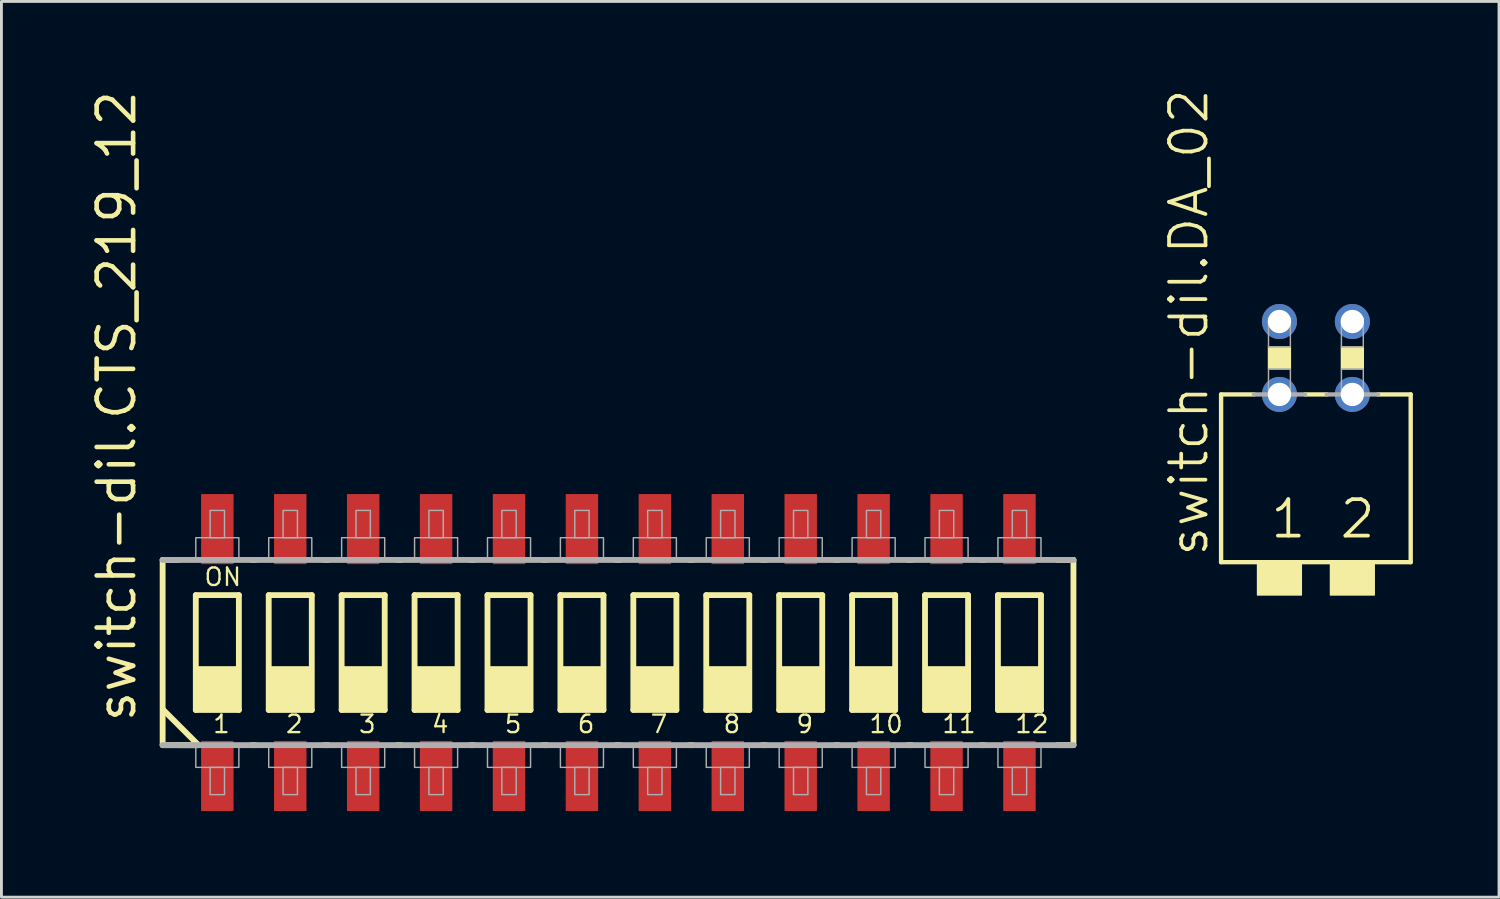
<source format=kicad_pcb>
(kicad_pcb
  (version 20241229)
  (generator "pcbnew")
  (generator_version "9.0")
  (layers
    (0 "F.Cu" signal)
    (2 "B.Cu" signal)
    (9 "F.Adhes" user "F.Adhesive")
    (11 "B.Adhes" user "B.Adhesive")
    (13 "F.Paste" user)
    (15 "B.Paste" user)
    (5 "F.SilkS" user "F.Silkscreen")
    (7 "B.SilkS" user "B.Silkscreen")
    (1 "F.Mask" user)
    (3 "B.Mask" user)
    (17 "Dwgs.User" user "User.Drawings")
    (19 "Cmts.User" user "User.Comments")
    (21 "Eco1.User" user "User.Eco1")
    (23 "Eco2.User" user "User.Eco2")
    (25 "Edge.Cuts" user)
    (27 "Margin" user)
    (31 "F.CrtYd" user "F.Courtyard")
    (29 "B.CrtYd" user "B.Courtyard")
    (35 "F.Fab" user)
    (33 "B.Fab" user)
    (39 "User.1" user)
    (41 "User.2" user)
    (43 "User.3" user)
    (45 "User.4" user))
  (footprint "switch-dil.CTS_219_12"
    (layer "F.Cu")
    (at 18.49 19.679)
    (property "Reference" "switch-dil.CTS_219_12" (at -16.74 2.5 90) (layer "F.SilkS") (effects (font (size 1.27 1.27) (thickness 0.16)) (justify left bottom)))
    (attr smd)
    (fp_line (start -15.875 -3.225) (end -15.32 -3.225) (stroke (width 0.203) (type default)) (layer "F.SilkS"))
    (fp_line (start -15.875 3.225) (end -15.875 -3.225) (stroke (width 0.203) (type default)) (layer "F.SilkS"))
    (fp_line (start -15.85 2) (end -14.625 3.225) (stroke (width 0.203) (type default)) (layer "F.SilkS"))
    (fp_line (start -15.32 3.225) (end -14.625 3.225) (stroke (width 0.203) (type default)) (layer "F.SilkS"))
    (fp_line (start -14.72 -2) (end -13.22 -2) (stroke (width 0.203) (type default)) (layer "F.SilkS"))
    (fp_line (start -14.72 2) (end -14.72 -2) (stroke (width 0.203) (type default)) (layer "F.SilkS"))
    (fp_line (start -14.625 3.225) (end -15.875 3.225) (stroke (width 0.203) (type default)) (layer "F.SilkS"))
    (fp_line (start -13.22 -2) (end -13.22 2) (stroke (width 0.203) (type default)) (layer "F.SilkS"))
    (fp_line (start -13.22 2) (end -14.72 2) (stroke (width 0.203) (type default)) (layer "F.SilkS"))
    (fp_line (start -12.78 3.225) (end -12.645 3.225) (stroke (width 0.203) (type default)) (layer "F.SilkS"))
    (fp_line (start -12.645 -3.225) (end -12.78 -3.225) (stroke (width 0.203) (type default)) (layer "F.SilkS"))
    (fp_line (start -12.18 -2) (end -10.68 -2) (stroke (width 0.203) (type default)) (layer "F.SilkS"))
    (fp_line (start -12.18 2) (end -12.18 -2) (stroke (width 0.203) (type default)) (layer "F.SilkS"))
    (fp_line (start -10.68 -2) (end -10.68 2) (stroke (width 0.203) (type default)) (layer "F.SilkS"))
    (fp_line (start -10.68 2) (end -12.18 2) (stroke (width 0.203) (type default)) (layer "F.SilkS"))
    (fp_line (start -10.24 3.225) (end -10.105 3.225) (stroke (width 0.203) (type default)) (layer "F.SilkS"))
    (fp_line (start -10.105 -3.225) (end -10.24 -3.225) (stroke (width 0.203) (type default)) (layer "F.SilkS"))
    (fp_line (start -9.64 -2) (end -8.14 -2) (stroke (width 0.203) (type default)) (layer "F.SilkS"))
    (fp_line (start -9.64 2) (end -9.64 -2) (stroke (width 0.203) (type default)) (layer "F.SilkS"))
    (fp_line (start -8.14 -2) (end -8.14 2) (stroke (width 0.203) (type default)) (layer "F.SilkS"))
    (fp_line (start -8.14 2) (end -9.64 2) (stroke (width 0.203) (type default)) (layer "F.SilkS"))
    (fp_line (start -7.7 3.225) (end -7.565 3.225) (stroke (width 0.203) (type default)) (layer "F.SilkS"))
    (fp_line (start -7.565 -3.225) (end -7.7 -3.225) (stroke (width 0.203) (type default)) (layer "F.SilkS"))
    (fp_line (start -7.1 -2) (end -5.6 -2) (stroke (width 0.203) (type default)) (layer "F.SilkS"))
    (fp_line (start -7.1 2) (end -7.1 -2) (stroke (width 0.203) (type default)) (layer "F.SilkS"))
    (fp_line (start -5.6 -2) (end -5.6 2) (stroke (width 0.203) (type default)) (layer "F.SilkS"))
    (fp_line (start -5.6 2) (end -7.1 2) (stroke (width 0.203) (type default)) (layer "F.SilkS"))
    (fp_line (start -5.16 3.225) (end -5.025 3.225) (stroke (width 0.203) (type default)) (layer "F.SilkS"))
    (fp_line (start -5.025 -3.225) (end -5.16 -3.225) (stroke (width 0.203) (type default)) (layer "F.SilkS"))
    (fp_line (start -4.56 -2) (end -3.06 -2) (stroke (width 0.203) (type default)) (layer "F.SilkS"))
    (fp_line (start -4.56 2) (end -4.56 -2) (stroke (width 0.203) (type default)) (layer "F.SilkS"))
    (fp_line (start -3.06 -2) (end -3.06 2) (stroke (width 0.203) (type default)) (layer "F.SilkS"))
    (fp_line (start -3.06 2) (end -4.56 2) (stroke (width 0.203) (type default)) (layer "F.SilkS"))
    (fp_line (start -2.62 3.225) (end -2.485 3.225) (stroke (width 0.203) (type default)) (layer "F.SilkS"))
    (fp_line (start -2.485 -3.225) (end -2.62 -3.225) (stroke (width 0.203) (type default)) (layer "F.SilkS"))
    (fp_line (start -2.02 -2) (end -0.52 -2) (stroke (width 0.203) (type default)) (layer "F.SilkS"))
    (fp_line (start -2.02 2) (end -2.02 -2) (stroke (width 0.203) (type default)) (layer "F.SilkS"))
    (fp_line (start -0.52 -2) (end -0.52 2) (stroke (width 0.203) (type default)) (layer "F.SilkS"))
    (fp_line (start -0.52 2) (end -2.02 2) (stroke (width 0.203) (type default)) (layer "F.SilkS"))
    (fp_line (start -0.08 3.225) (end 0.055 3.225) (stroke (width 0.203) (type default)) (layer "F.SilkS"))
    (fp_line (start 0.055 -3.225) (end -0.08 -3.225) (stroke (width 0.203) (type default)) (layer "F.SilkS"))
    (fp_line (start 0.52 -2) (end 2.02 -2) (stroke (width 0.203) (type default)) (layer "F.SilkS"))
    (fp_line (start 0.52 2) (end 0.52 -2) (stroke (width 0.203) (type default)) (layer "F.SilkS"))
    (fp_line (start 2.02 -2) (end 2.02 2) (stroke (width 0.203) (type default)) (layer "F.SilkS"))
    (fp_line (start 2.02 2) (end 0.52 2) (stroke (width 0.203) (type default)) (layer "F.SilkS"))
    (fp_line (start 2.46 3.225) (end 2.595 3.225) (stroke (width 0.203) (type default)) (layer "F.SilkS"))
    (fp_line (start 2.595 -3.225) (end 2.46 -3.225) (stroke (width 0.203) (type default)) (layer "F.SilkS"))
    (fp_line (start 3.06 -2) (end 4.56 -2) (stroke (width 0.203) (type default)) (layer "F.SilkS"))
    (fp_line (start 3.06 2) (end 3.06 -2) (stroke (width 0.203) (type default)) (layer "F.SilkS"))
    (fp_line (start 4.56 -2) (end 4.56 2) (stroke (width 0.203) (type default)) (layer "F.SilkS"))
    (fp_line (start 4.56 2) (end 3.06 2) (stroke (width 0.203) (type default)) (layer "F.SilkS"))
    (fp_line (start 5 3.225) (end 5.135 3.225) (stroke (width 0.203) (type default)) (layer "F.SilkS"))
    (fp_line (start 5.135 -3.225) (end 5 -3.225) (stroke (width 0.203) (type default)) (layer "F.SilkS"))
    (fp_line (start 5.6 -2) (end 7.1 -2) (stroke (width 0.203) (type default)) (layer "F.SilkS"))
    (fp_line (start 5.6 2) (end 5.6 -2) (stroke (width 0.203) (type default)) (layer "F.SilkS"))
    (fp_line (start 7.1 -2) (end 7.1 2) (stroke (width 0.203) (type default)) (layer "F.SilkS"))
    (fp_line (start 7.1 2) (end 5.6 2) (stroke (width 0.203) (type default)) (layer "F.SilkS"))
    (fp_line (start 7.54 3.225) (end 7.675 3.225) (stroke (width 0.203) (type default)) (layer "F.SilkS"))
    (fp_line (start 7.675 -3.225) (end 7.54 -3.225) (stroke (width 0.203) (type default)) (layer "F.SilkS"))
    (fp_line (start 8.14 -2) (end 9.64 -2) (stroke (width 0.203) (type default)) (layer "F.SilkS"))
    (fp_line (start 8.14 2) (end 8.14 -2) (stroke (width 0.203) (type default)) (layer "F.SilkS"))
    (fp_line (start 9.64 -2) (end 9.64 2) (stroke (width 0.203) (type default)) (layer "F.SilkS"))
    (fp_line (start 9.64 2) (end 8.14 2) (stroke (width 0.203) (type default)) (layer "F.SilkS"))
    (fp_line (start 10.08 3.225) (end 10.215 3.225) (stroke (width 0.203) (type default)) (layer "F.SilkS"))
    (fp_line (start 10.215 -3.225) (end 10.08 -3.225) (stroke (width 0.203) (type default)) (layer "F.SilkS"))
    (fp_line (start 10.68 -2) (end 12.18 -2) (stroke (width 0.203) (type default)) (layer "F.SilkS"))
    (fp_line (start 10.68 2) (end 10.68 -2) (stroke (width 0.203) (type default)) (layer "F.SilkS"))
    (fp_line (start 12.18 -2) (end 12.18 2) (stroke (width 0.203) (type default)) (layer "F.SilkS"))
    (fp_line (start 12.18 2) (end 10.68 2) (stroke (width 0.203) (type default)) (layer "F.SilkS"))
    (fp_line (start 12.62 3.225) (end 12.755 3.225) (stroke (width 0.203) (type default)) (layer "F.SilkS"))
    (fp_line (start 12.755 -3.225) (end 12.62 -3.225) (stroke (width 0.203) (type default)) (layer "F.SilkS"))
    (fp_line (start 13.22 -2) (end 14.72 -2) (stroke (width 0.203) (type default)) (layer "F.SilkS"))
    (fp_line (start 13.22 2) (end 13.22 -2) (stroke (width 0.203) (type default)) (layer "F.SilkS"))
    (fp_line (start 14.72 -2) (end 14.72 2) (stroke (width 0.203) (type default)) (layer "F.SilkS"))
    (fp_line (start 14.72 2) (end 13.22 2) (stroke (width 0.203) (type default)) (layer "F.SilkS"))
    (fp_line (start 15.295 -3.225) (end 15.85 -3.225) (stroke (width 0.203) (type default)) (layer "F.SilkS"))
    (fp_line (start 15.85 -3.225) (end 15.85 3.225) (stroke (width 0.203) (type default)) (layer "F.SilkS"))
    (fp_line (start 15.85 3.225) (end 15.295 3.225) (stroke (width 0.203) (type default)) (layer "F.SilkS"))
    (fp_rect (start -14.72 2) (end -13.22 0.5) (stroke (width 0.05) (type default)) (fill yes) (layer "F.SilkS"))
    (fp_rect (start -12.18 2) (end -10.68 0.5) (stroke (width 0.05) (type default)) (fill yes) (layer "F.SilkS"))
    (fp_rect (start -9.64 2) (end -8.14 0.5) (stroke (width 0.05) (type default)) (fill yes) (layer "F.SilkS"))
    (fp_rect (start -7.1 2) (end -5.6 0.5) (stroke (width 0.05) (type default)) (fill yes) (layer "F.SilkS"))
    (fp_rect (start -4.56 2) (end -3.06 0.5) (stroke (width 0.05) (type default)) (fill yes) (layer "F.SilkS"))
    (fp_rect (start -2.02 2) (end -0.52 0.5) (stroke (width 0.05) (type default)) (fill yes) (layer "F.SilkS"))
    (fp_rect (start 0.52 2) (end 2.02 0.5) (stroke (width 0.05) (type default)) (fill yes) (layer "F.SilkS"))
    (fp_rect (start 3.06 2) (end 4.56 0.5) (stroke (width 0.05) (type default)) (fill yes) (layer "F.SilkS"))
    (fp_rect (start 5.6 2) (end 7.1 0.5) (stroke (width 0.05) (type default)) (fill yes) (layer "F.SilkS"))
    (fp_rect (start 8.14 2) (end 9.64 0.5) (stroke (width 0.05) (type default)) (fill yes) (layer "F.SilkS"))
    (fp_rect (start 10.68 2) (end 12.18 0.5) (stroke (width 0.05) (type default)) (fill yes) (layer "F.SilkS"))
    (fp_rect (start 13.22 2) (end 14.72 0.5) (stroke (width 0.05) (type default)) (fill yes) (layer "F.SilkS"))
    (fp_line (start -15.875 -3.225) (end 15.85 -3.225) (stroke (width 0.203) (type default)) (layer "F.Fab"))
    (fp_line (start 15.85 3.225) (end -15.875 3.225) (stroke (width 0.203) (type default)) (layer "F.Fab"))
    (fp_rect (start -14.72 -3.25) (end -13.22 -4) (stroke (width 0.05) (type default)) (fill no) (layer "F.Fab"))
    (fp_rect (start -14.72 4) (end -13.22 3.25) (stroke (width 0.05) (type default)) (fill no) (layer "F.Fab"))
    (fp_rect (start -14.22 -4) (end -13.72 -4.95) (stroke (width 0.05) (type default)) (fill no) (layer "F.Fab"))
    (fp_rect (start -14.22 4.95) (end -13.72 4) (stroke (width 0.05) (type default)) (fill no) (layer "F.Fab"))
    (fp_rect (start -12.18 -3.25) (end -10.68 -4) (stroke (width 0.05) (type default)) (fill no) (layer "F.Fab"))
    (fp_rect (start -12.18 4) (end -10.68 3.25) (stroke (width 0.05) (type default)) (fill no) (layer "F.Fab"))
    (fp_rect (start -11.68 -4) (end -11.18 -4.95) (stroke (width 0.05) (type default)) (fill no) (layer "F.Fab"))
    (fp_rect (start -11.68 4.95) (end -11.18 4) (stroke (width 0.05) (type default)) (fill no) (layer "F.Fab"))
    (fp_rect (start -9.64 -3.25) (end -8.14 -4) (stroke (width 0.05) (type default)) (fill no) (layer "F.Fab"))
    (fp_rect (start -9.64 4) (end -8.14 3.25) (stroke (width 0.05) (type default)) (fill no) (layer "F.Fab"))
    (fp_rect (start -9.14 -4) (end -8.64 -4.95) (stroke (width 0.05) (type default)) (fill no) (layer "F.Fab"))
    (fp_rect (start -9.14 4.95) (end -8.64 4) (stroke (width 0.05) (type default)) (fill no) (layer "F.Fab"))
    (fp_rect (start -7.1 -3.25) (end -5.6 -4) (stroke (width 0.05) (type default)) (fill no) (layer "F.Fab"))
    (fp_rect (start -7.1 4) (end -5.6 3.25) (stroke (width 0.05) (type default)) (fill no) (layer "F.Fab"))
    (fp_rect (start -6.6 -4) (end -6.1 -4.95) (stroke (width 0.05) (type default)) (fill no) (layer "F.Fab"))
    (fp_rect (start -6.6 4.95) (end -6.1 4) (stroke (width 0.05) (type default)) (fill no) (layer "F.Fab"))
    (fp_rect (start -4.56 -3.25) (end -3.06 -4) (stroke (width 0.05) (type default)) (fill no) (layer "F.Fab"))
    (fp_rect (start -4.56 4) (end -3.06 3.25) (stroke (width 0.05) (type default)) (fill no) (layer "F.Fab"))
    (fp_rect (start -4.06 -4) (end -3.56 -4.95) (stroke (width 0.05) (type default)) (fill no) (layer "F.Fab"))
    (fp_rect (start -4.06 4.95) (end -3.56 4) (stroke (width 0.05) (type default)) (fill no) (layer "F.Fab"))
    (fp_rect (start -2.02 -3.25) (end -0.52 -4) (stroke (width 0.05) (type default)) (fill no) (layer "F.Fab"))
    (fp_rect (start -2.02 4) (end -0.52 3.25) (stroke (width 0.05) (type default)) (fill no) (layer "F.Fab"))
    (fp_rect (start -1.52 -4) (end -1.02 -4.95) (stroke (width 0.05) (type default)) (fill no) (layer "F.Fab"))
    (fp_rect (start -1.52 4.95) (end -1.02 4) (stroke (width 0.05) (type default)) (fill no) (layer "F.Fab"))
    (fp_rect (start 0.52 -3.25) (end 2.02 -4) (stroke (width 0.05) (type default)) (fill no) (layer "F.Fab"))
    (fp_rect (start 0.52 4) (end 2.02 3.25) (stroke (width 0.05) (type default)) (fill no) (layer "F.Fab"))
    (fp_rect (start 1.02 -4) (end 1.52 -4.95) (stroke (width 0.05) (type default)) (fill no) (layer "F.Fab"))
    (fp_rect (start 1.02 4.95) (end 1.52 4) (stroke (width 0.05) (type default)) (fill no) (layer "F.Fab"))
    (fp_rect (start 3.06 -3.25) (end 4.56 -4) (stroke (width 0.05) (type default)) (fill no) (layer "F.Fab"))
    (fp_rect (start 3.06 4) (end 4.56 3.25) (stroke (width 0.05) (type default)) (fill no) (layer "F.Fab"))
    (fp_rect (start 3.56 -4) (end 4.06 -4.95) (stroke (width 0.05) (type default)) (fill no) (layer "F.Fab"))
    (fp_rect (start 3.56 4.95) (end 4.06 4) (stroke (width 0.05) (type default)) (fill no) (layer "F.Fab"))
    (fp_rect (start 5.6 -3.25) (end 7.1 -4) (stroke (width 0.05) (type default)) (fill no) (layer "F.Fab"))
    (fp_rect (start 5.6 4) (end 7.1 3.25) (stroke (width 0.05) (type default)) (fill no) (layer "F.Fab"))
    (fp_rect (start 6.1 -4) (end 6.6 -4.95) (stroke (width 0.05) (type default)) (fill no) (layer "F.Fab"))
    (fp_rect (start 6.1 4.95) (end 6.6 4) (stroke (width 0.05) (type default)) (fill no) (layer "F.Fab"))
    (fp_rect (start 8.14 -3.25) (end 9.64 -4) (stroke (width 0.05) (type default)) (fill no) (layer "F.Fab"))
    (fp_rect (start 8.14 4) (end 9.64 3.25) (stroke (width 0.05) (type default)) (fill no) (layer "F.Fab"))
    (fp_rect (start 8.64 -4) (end 9.14 -4.95) (stroke (width 0.05) (type default)) (fill no) (layer "F.Fab"))
    (fp_rect (start 8.64 4.95) (end 9.14 4) (stroke (width 0.05) (type default)) (fill no) (layer "F.Fab"))
    (fp_rect (start 10.68 -3.25) (end 12.18 -4) (stroke (width 0.05) (type default)) (fill no) (layer "F.Fab"))
    (fp_rect (start 10.68 4) (end 12.18 3.25) (stroke (width 0.05) (type default)) (fill no) (layer "F.Fab"))
    (fp_rect (start 11.18 -4) (end 11.68 -4.95) (stroke (width 0.05) (type default)) (fill no) (layer "F.Fab"))
    (fp_rect (start 11.18 4.95) (end 11.68 4) (stroke (width 0.05) (type default)) (fill no) (layer "F.Fab"))
    (fp_rect (start 13.22 -3.25) (end 14.72 -4) (stroke (width 0.05) (type default)) (fill no) (layer "F.Fab"))
    (fp_rect (start 13.22 4) (end 14.72 3.25) (stroke (width 0.05) (type default)) (fill no) (layer "F.Fab"))
    (fp_rect (start 13.72 -4) (end 14.22 -4.95) (stroke (width 0.05) (type default)) (fill no) (layer "F.Fab"))
    (fp_rect (start 13.72 4.95) (end 14.22 4) (stroke (width 0.05) (type default)) (fill no) (layer "F.Fab"))
    (fp_text user "9" (at 6.15 2.85 0) (layer "F.SilkS") (effects (font (size 0.61 0.61) (thickness 0.08)) (justify left bottom)))
    (fp_text user "12" (at 13.77 2.85 0) (layer "F.SilkS") (effects (font (size 0.61 0.61) (thickness 0.08)) (justify left bottom)))
    (fp_text user "2" (at -11.63 2.85 0) (layer "F.SilkS") (effects (font (size 0.61 0.61) (thickness 0.08)) (justify left bottom)))
    (fp_text user "11" (at 11.23 2.85 0) (layer "F.SilkS") (effects (font (size 0.61 0.61) (thickness 0.08)) (justify left bottom)))
    (fp_text user "3" (at -9.09 2.85 0) (layer "F.SilkS") (effects (font (size 0.61 0.61) (thickness 0.08)) (justify left bottom)))
    (fp_text user "4" (at -6.55 2.85 0) (layer "F.SilkS") (effects (font (size 0.61 0.61) (thickness 0.08)) (justify left bottom)))
    (fp_text user "7" (at 1.07 2.85 0) (layer "F.SilkS") (effects (font (size 0.61 0.61) (thickness 0.08)) (justify left bottom)))
    (fp_text user "8" (at 3.61 2.85 0) (layer "F.SilkS") (effects (font (size 0.61 0.61) (thickness 0.08)) (justify left bottom)))
    (fp_text user "10" (at 8.69 2.85 0) (layer "F.SilkS") (effects (font (size 0.61 0.61) (thickness 0.08)) (justify left bottom)))
    (fp_text user "1" (at -14.17 2.85 0) (layer "F.SilkS") (effects (font (size 0.61 0.61) (thickness 0.08)) (justify left bottom)))
    (fp_text user "6" (at -1.47 2.85 0) (layer "F.SilkS") (effects (font (size 0.61 0.61) (thickness 0.08)) (justify left bottom)))
    (fp_text user "5" (at -4.01 2.85 0) (layer "F.SilkS") (effects (font (size 0.61 0.61) (thickness 0.08)) (justify left bottom)))
    (fp_text user "ON" (at -14.47 -2.275 0) (layer "F.SilkS") (effects (font (size 0.61 0.61) (thickness 0.08)) (justify left bottom)))
    (pad "1" smd roundrect (at -13.97 4.3) (size 1.13 2.44) (layers "F.Cu" "F.Mask" "F.Paste") (roundrect_rratio 0.01))
    (pad "2" smd roundrect (at -11.43 4.3) (size 1.13 2.44) (layers "F.Cu" "F.Mask" "F.Paste") (roundrect_rratio 0.01))
    (pad "3" smd roundrect (at -8.89 4.3) (size 1.13 2.44) (layers "F.Cu" "F.Mask" "F.Paste") (roundrect_rratio 0.01))
    (pad "4" smd roundrect (at -6.35 4.3) (size 1.13 2.44) (layers "F.Cu" "F.Mask" "F.Paste") (roundrect_rratio 0.01))
    (pad "5" smd roundrect (at -3.81 4.3) (size 1.13 2.44) (layers "F.Cu" "F.Mask" "F.Paste") (roundrect_rratio 0.01))
    (pad "6" smd roundrect (at -1.27 4.3) (size 1.13 2.44) (layers "F.Cu" "F.Mask" "F.Paste") (roundrect_rratio 0.01))
    (pad "7" smd roundrect (at 1.27 4.3) (size 1.13 2.44) (layers "F.Cu" "F.Mask" "F.Paste") (roundrect_rratio 0.01))
    (pad "8" smd roundrect (at 3.81 4.3) (size 1.13 2.44) (layers "F.Cu" "F.Mask" "F.Paste") (roundrect_rratio 0.01))
    (pad "9" smd roundrect (at 6.35 4.3) (size 1.13 2.44) (layers "F.Cu" "F.Mask" "F.Paste") (roundrect_rratio 0.01))
    (pad "10" smd roundrect (at 8.89 4.3) (size 1.13 2.44) (layers "F.Cu" "F.Mask" "F.Paste") (roundrect_rratio 0.01))
    (pad "11" smd roundrect (at 11.43 4.3) (size 1.13 2.44) (layers "F.Cu" "F.Mask" "F.Paste") (roundrect_rratio 0.01))
    (pad "12" smd roundrect (at 13.97 4.3) (size 1.13 2.44) (layers "F.Cu" "F.Mask" "F.Paste") (roundrect_rratio 0.01))
    (pad "13" smd roundrect (at 13.97 -4.3 180) (size 1.13 2.44) (layers "F.Cu" "F.Mask" "F.Paste") (roundrect_rratio 0.01))
    (pad "14" smd roundrect (at 11.43 -4.3 180) (size 1.13 2.44) (layers "F.Cu" "F.Mask" "F.Paste") (roundrect_rratio 0.01))
    (pad "15" smd roundrect (at 8.89 -4.3 180) (size 1.13 2.44) (layers "F.Cu" "F.Mask" "F.Paste") (roundrect_rratio 0.01))
    (pad "16" smd roundrect (at 6.35 -4.3 180) (size 1.13 2.44) (layers "F.Cu" "F.Mask" "F.Paste") (roundrect_rratio 0.01))
    (pad "17" smd roundrect (at 3.81 -4.3 180) (size 1.13 2.44) (layers "F.Cu" "F.Mask" "F.Paste") (roundrect_rratio 0.01))
    (pad "18" smd roundrect (at 1.27 -4.3 180) (size 1.13 2.44) (layers "F.Cu" "F.Mask" "F.Paste") (roundrect_rratio 0.01))
    (pad "19" smd roundrect (at -1.27 -4.3 180) (size 1.13 2.44) (layers "F.Cu" "F.Mask" "F.Paste") (roundrect_rratio 0.01))
    (pad "20" smd roundrect (at -3.81 -4.3 180) (size 1.13 2.44) (layers "F.Cu" "F.Mask" "F.Paste") (roundrect_rratio 0.01))
    (pad "21" smd roundrect (at -6.35 -4.3 180) (size 1.13 2.44) (layers "F.Cu" "F.Mask" "F.Paste") (roundrect_rratio 0.01))
    (pad "22" smd roundrect (at -8.89 -4.3 180) (size 1.13 2.44) (layers "F.Cu" "F.Mask" "F.Paste") (roundrect_rratio 0.01))
    (pad "23" smd roundrect (at -11.43 -4.3 180) (size 1.13 2.44) (layers "F.Cu" "F.Mask" "F.Paste") (roundrect_rratio 0.01))
    (pad "24" smd roundrect (at -13.97 -4.3 180) (size 1.13 2.44) (layers "F.Cu" "F.Mask" "F.Paste") (roundrect_rratio 0.01)))
  (footprint "switch-dil.DA_02"
    (layer "F.Cu")
    (at 42.785 9.419)
    (property "Reference" "switch-dil.DA_02" (at -3.683 6.985 90) (layer "F.SilkS") (effects (font (size 1.27 1.27) (thickness 0.13)) (justify left bottom)))
    (attr through_hole)
    (fp_line (start -3.302 1.27) (end -3.302 7.112) (stroke (width 0.152) (type default)) (layer "F.SilkS"))
    (fp_line (start -2.159 1.27) (end -3.302 1.27) (stroke (width 0.152) (type default)) (layer "F.SilkS"))
    (fp_line (start 0.381 1.27) (end -0.381 1.27) (stroke (width 0.152) (type default)) (layer "F.SilkS"))
    (fp_line (start 2.159 1.27) (end 3.302 1.27) (stroke (width 0.152) (type default)) (layer "F.SilkS"))
    (fp_line (start 3.302 7.112) (end -3.302 7.112) (stroke (width 0.152) (type default)) (layer "F.SilkS"))
    (fp_line (start 3.302 7.112) (end 3.302 1.27) (stroke (width 0.152) (type default)) (layer "F.SilkS"))
    (fp_rect (start -2.032 8.255) (end -0.508 7.112) (stroke (width 0.05) (type default)) (fill yes) (layer "F.SilkS"))
    (fp_rect (start -1.651 0.381) (end -0.889 -0.381) (stroke (width 0.05) (type default)) (fill yes) (layer "F.SilkS"))
    (fp_rect (start 0.508 8.255) (end 2.032 7.112) (stroke (width 0.05) (type default)) (fill yes) (layer "F.SilkS"))
    (fp_rect (start 0.889 0.381) (end 1.651 -0.381) (stroke (width 0.05) (type default)) (fill yes) (layer "F.SilkS"))
    (fp_line (start -2.159 1.27) (end -0.381 1.27) (stroke (width 0.152) (type default)) (layer "F.Fab"))
    (fp_line (start 0.381 1.27) (end 2.159 1.27) (stroke (width 0.152) (type default)) (layer "F.Fab"))
    (fp_rect (start -1.651 -0.381) (end -0.889 -1.397) (stroke (width 0.05) (type default)) (fill no) (layer "F.Fab"))
    (fp_rect (start -1.651 1.27) (end -0.889 0.381) (stroke (width 0.05) (type default)) (fill no) (layer "F.Fab"))
    (fp_rect (start 0.889 -0.381) (end 1.651 -1.397) (stroke (width 0.05) (type default)) (fill no) (layer "F.Fab"))
    (fp_rect (start 0.889 1.27) (end 1.651 0.381) (stroke (width 0.05) (type default)) (fill no) (layer "F.Fab"))
    (fp_text user "2" (at 0.762 6.35 0) (layer "F.SilkS") (effects (font (size 1.27 1.27) (thickness 0.13)) (justify left bottom)))
    (fp_text user "1" (at -1.651 6.35 0) (layer "F.SilkS") (effects (font (size 1.27 1.27) (thickness 0.13)) (justify left bottom)))
    (pad "1" thru_hole circle (at -1.27 1.27) (size 1.219 1.219) (drill 0.813) (layers "*.Cu" "*.Mask"))
    (pad "2" thru_hole circle (at 1.27 1.27) (size 1.219 1.219) (drill 0.813) (layers "*.Cu" "*.Mask"))
    (pad "3" thru_hole circle (at 1.27 -1.27) (size 1.219 1.219) (drill 0.813) (layers "*.Cu" "*.Mask"))
    (pad "4" thru_hole circle (at -1.27 -1.27) (size 1.219 1.219) (drill 0.813) (layers "*.Cu" "*.Mask")))
  (gr_rect
    (start -3 -3)
    (end 49.163 28.199)
    (stroke (width 0.1) (type default))
    (fill no)
    (layer "Edge.Cuts")))
</source>
